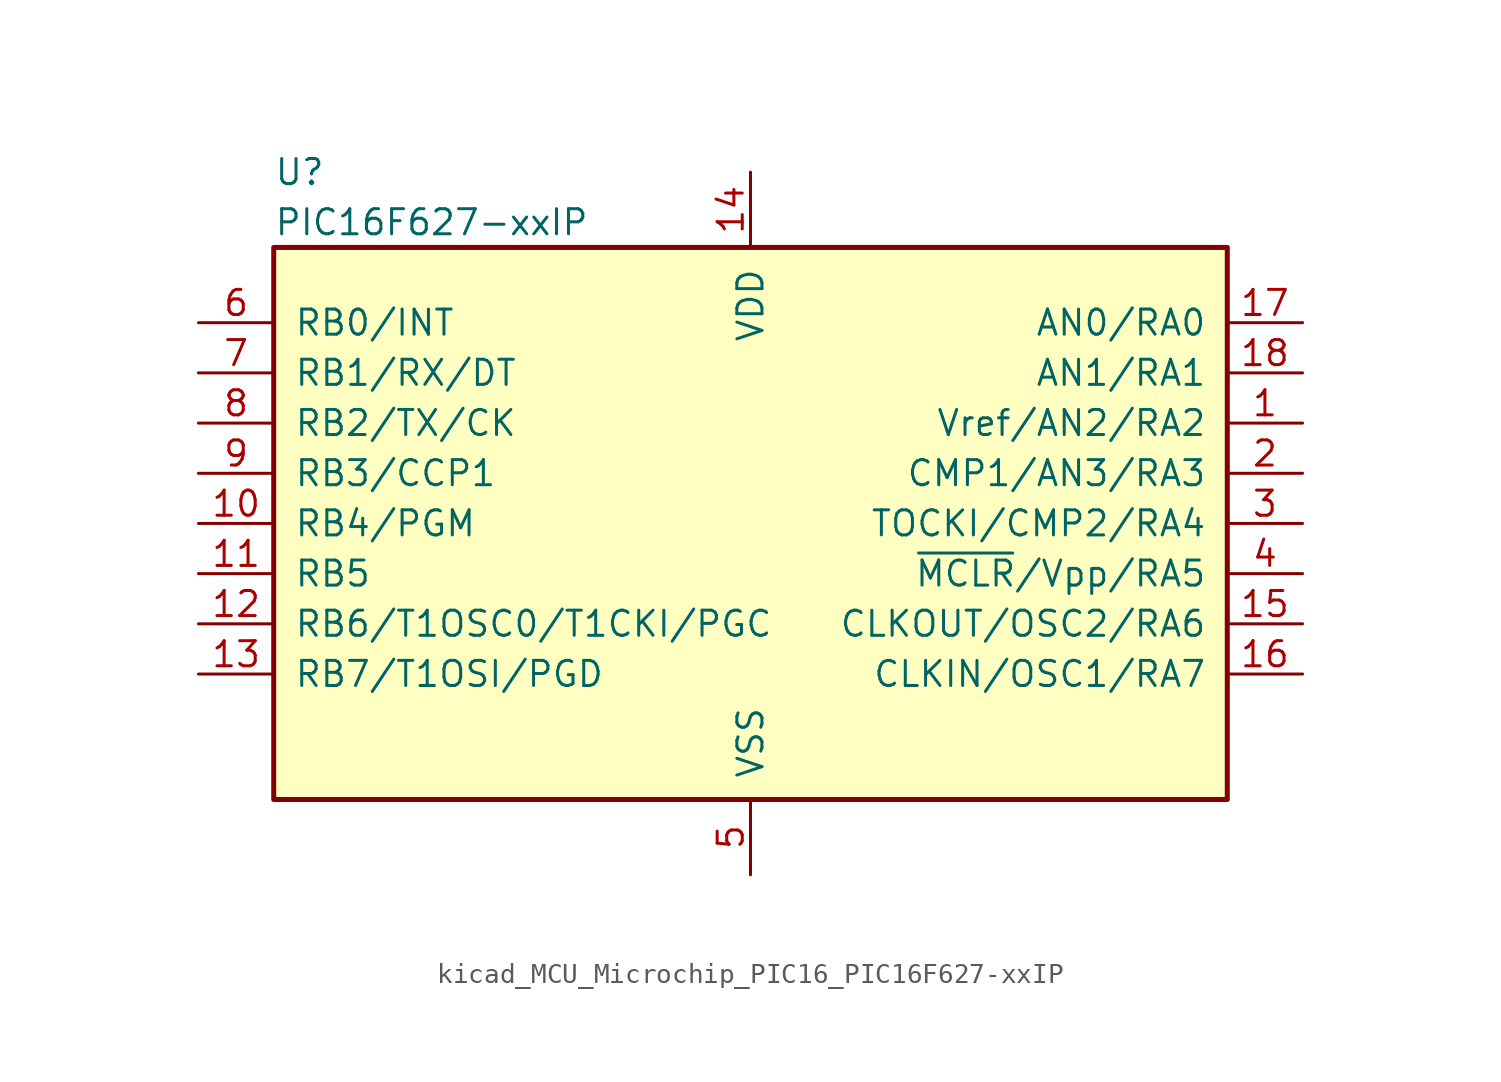
<source format=kicad_sym>
(kicad_symbol_lib
  (version 20220914)
  (generator kicad_symbol_editor)
  (symbol "kicad_MCU_Microchip_PIC16_PIC16F627-xxIP"
    (pin_names
      (offset 1.016))
    (property "Reference" "U"
      (at -24.13 17.78 0)
      (effects (font (size 1.27 1.27)) (justify left)))
    (property "Value" "PIC16F627-xxIP"
      (at -24.13 15.24 0)
      (effects (font (size 1.27 1.27)) (justify left)))
    (symbol "kicad_MCU_Microchip_PIC16_PIC16F627-xxIP_0_1"
      (rectangle (start 24.13 13.97) (end -24.13 -13.97) (stroke (width 0.254) (type default)) (fill (type background))))
    (symbol "kicad_MCU_Microchip_PIC16_PIC16F627-xxIP_1_1"
      (pin bidirectional line (at 27.94 5.08 180) (length 3.81) (name "Vref/AN2/RA2" (effects (font (size 1.27 1.27)))) (number "1" (effects (font (size 1.27 1.27)))))
      (pin bidirectional line (at -27.94 0 0) (length 3.81) (name "RB4/PGM" (effects (font (size 1.27 1.27)))) (number "10" (effects (font (size 1.27 1.27)))))
      (pin bidirectional line (at -27.94 -2.54 0) (length 3.81) (name "RB5" (effects (font (size 1.27 1.27)))) (number "11" (effects (font (size 1.27 1.27)))))
      (pin bidirectional line (at -27.94 -5.08 0) (length 3.81) (name "RB6/T1OSC0/T1CKI/PGC" (effects (font (size 1.27 1.27)))) (number "12" (effects (font (size 1.27 1.27)))))
      (pin bidirectional line (at -27.94 -7.62 0) (length 3.81) (name "RB7/T1OSI/PGD" (effects (font (size 1.27 1.27)))) (number "13" (effects (font (size 1.27 1.27)))))
      (pin power_in line (at 0 17.78 270) (length 3.81) (name "VDD" (effects (font (size 1.27 1.27)))) (number "14" (effects (font (size 1.27 1.27)))))
      (pin bidirectional line (at 27.94 -5.08 180) (length 3.81) (name "CLKOUT/OSC2/RA6" (effects (font (size 1.27 1.27)))) (number "15" (effects (font (size 1.27 1.27)))))
      (pin bidirectional line (at 27.94 -7.62 180) (length 3.81) (name "CLKIN/OSC1/RA7" (effects (font (size 1.27 1.27)))) (number "16" (effects (font (size 1.27 1.27)))))
      (pin bidirectional line (at 27.94 10.16 180) (length 3.81) (name "AN0/RA0" (effects (font (size 1.27 1.27)))) (number "17" (effects (font (size 1.27 1.27)))))
      (pin bidirectional line (at 27.94 7.62 180) (length 3.81) (name "AN1/RA1" (effects (font (size 1.27 1.27)))) (number "18" (effects (font (size 1.27 1.27)))))
      (pin bidirectional line (at 27.94 2.54 180) (length 3.81) (name "CMP1/AN3/RA3" (effects (font (size 1.27 1.27)))) (number "2" (effects (font (size 1.27 1.27)))))
      (pin bidirectional line (at 27.94 0 180) (length 3.81) (name "TOCKI/CMP2/RA4" (effects (font (size 1.27 1.27)))) (number "3" (effects (font (size 1.27 1.27)))))
      (pin input line (at 27.94 -2.54 180) (length 3.81) (name "~{MCLR}/Vpp/RA5" (effects (font (size 1.27 1.27)))) (number "4" (effects (font (size 1.27 1.27)))))
      (pin power_in line (at 0 -17.78 90) (length 3.81) (name "VSS" (effects (font (size 1.27 1.27)))) (number "5" (effects (font (size 1.27 1.27)))))
      (pin bidirectional line (at -27.94 10.16 0) (length 3.81) (name "RB0/INT" (effects (font (size 1.27 1.27)))) (number "6" (effects (font (size 1.27 1.27)))))
      (pin bidirectional line (at -27.94 7.62 0) (length 3.81) (name "RB1/RX/DT" (effects (font (size 1.27 1.27)))) (number "7" (effects (font (size 1.27 1.27)))))
      (pin bidirectional line (at -27.94 5.08 0) (length 3.81) (name "RB2/TX/CK" (effects (font (size 1.27 1.27)))) (number "8" (effects (font (size 1.27 1.27)))))
      (pin bidirectional line (at -27.94 2.54 0) (length 3.81) (name "RB3/CCP1" (effects (font (size 1.27 1.27)))) (number "9" (effects (font (size 1.27 1.27))))))))
</source>
